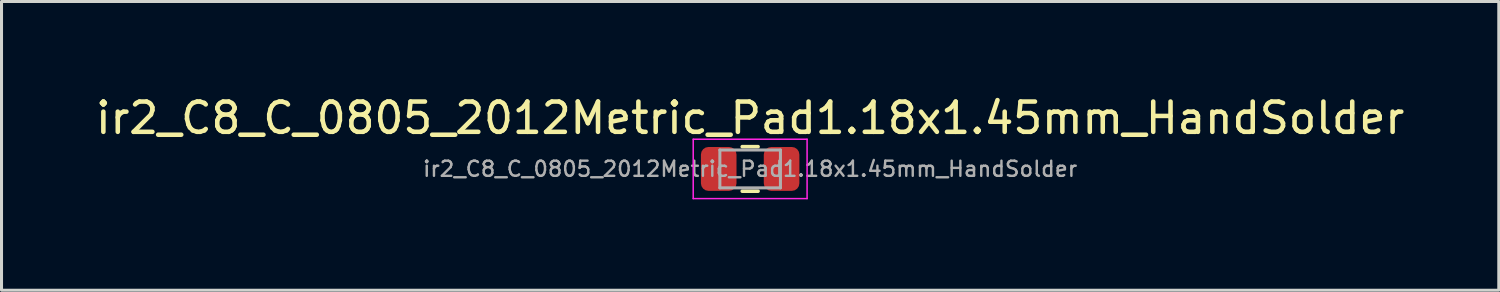
<source format=kicad_pcb>
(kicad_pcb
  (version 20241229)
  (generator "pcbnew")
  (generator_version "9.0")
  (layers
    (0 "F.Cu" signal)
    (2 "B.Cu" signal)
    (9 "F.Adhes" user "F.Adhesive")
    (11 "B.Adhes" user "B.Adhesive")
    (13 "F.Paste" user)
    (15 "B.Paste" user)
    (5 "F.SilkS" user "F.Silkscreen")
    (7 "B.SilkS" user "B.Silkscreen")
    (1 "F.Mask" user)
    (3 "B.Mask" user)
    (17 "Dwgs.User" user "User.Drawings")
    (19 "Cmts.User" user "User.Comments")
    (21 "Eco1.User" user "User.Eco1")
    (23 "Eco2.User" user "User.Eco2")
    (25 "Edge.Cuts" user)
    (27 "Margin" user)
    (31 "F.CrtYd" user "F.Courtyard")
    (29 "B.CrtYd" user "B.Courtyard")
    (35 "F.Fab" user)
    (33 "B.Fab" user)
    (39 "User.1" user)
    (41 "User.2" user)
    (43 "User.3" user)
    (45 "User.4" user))
  (footprint "ir2_C8_C_0805_2012Metric_Pad1.18x1.45mm_HandSolder"
    (layer "F.Cu")
    (at 21.72 2.528)
    (property "Reference" "ir2_C8_C_0805_2012Metric_Pad1.18x1.45mm_HandSolder" (at 0 -1.68 0) (layer "F.SilkS") (effects (font (size 1 1) (thickness 0.15))))
    (attr smd)
    (fp_line (start -0.261 -0.735) (end 0.261 -0.735) (stroke (width 0.12) (type solid)) (layer "F.SilkS"))
    (fp_line (start -0.261 0.735) (end 0.261 0.735) (stroke (width 0.12) (type solid)) (layer "F.SilkS"))
    (fp_line (start -1.88 -0.98) (end 1.88 -0.98) (stroke (width 0.05) (type solid)) (layer "F.CrtYd"))
    (fp_line (start -1.88 0.98) (end -1.88 -0.98) (stroke (width 0.05) (type solid)) (layer "F.CrtYd"))
    (fp_line (start 1.88 -0.98) (end 1.88 0.98) (stroke (width 0.05) (type solid)) (layer "F.CrtYd"))
    (fp_line (start 1.88 0.98) (end -1.88 0.98) (stroke (width 0.05) (type solid)) (layer "F.CrtYd"))
    (fp_line (start -1 -0.625) (end 1 -0.625) (stroke (width 0.1) (type solid)) (layer "F.Fab"))
    (fp_line (start -1 0.625) (end -1 -0.625) (stroke (width 0.1) (type solid)) (layer "F.Fab"))
    (fp_line (start 1 -0.625) (end 1 0.625) (stroke (width 0.1) (type solid)) (layer "F.Fab"))
    (fp_line (start 1 0.625) (end -1 0.625) (stroke (width 0.1) (type solid)) (layer "F.Fab"))
    (fp_text user "${REFERENCE}" (at 0 0 0) (layer "F.Fab") (effects (font (size 0.5 0.5) (thickness 0.08))))
    (pad "1" smd roundrect (at -1.038 0) (size 1.175 1.45) (layers "F.Cu" "F.Mask" "F.Paste") (roundrect_rratio 0.213))
    (pad "2" smd roundrect (at 1.038 0) (size 1.175 1.45) (layers "F.Cu" "F.Mask" "F.Paste") (roundrect_rratio 0.213)))
  (gr_rect
    (start -3 -3)
    (end 46.44 6.533)
    (stroke (width 0.1) (type default))
    (fill no)
    (layer "Edge.Cuts")))
</source>
